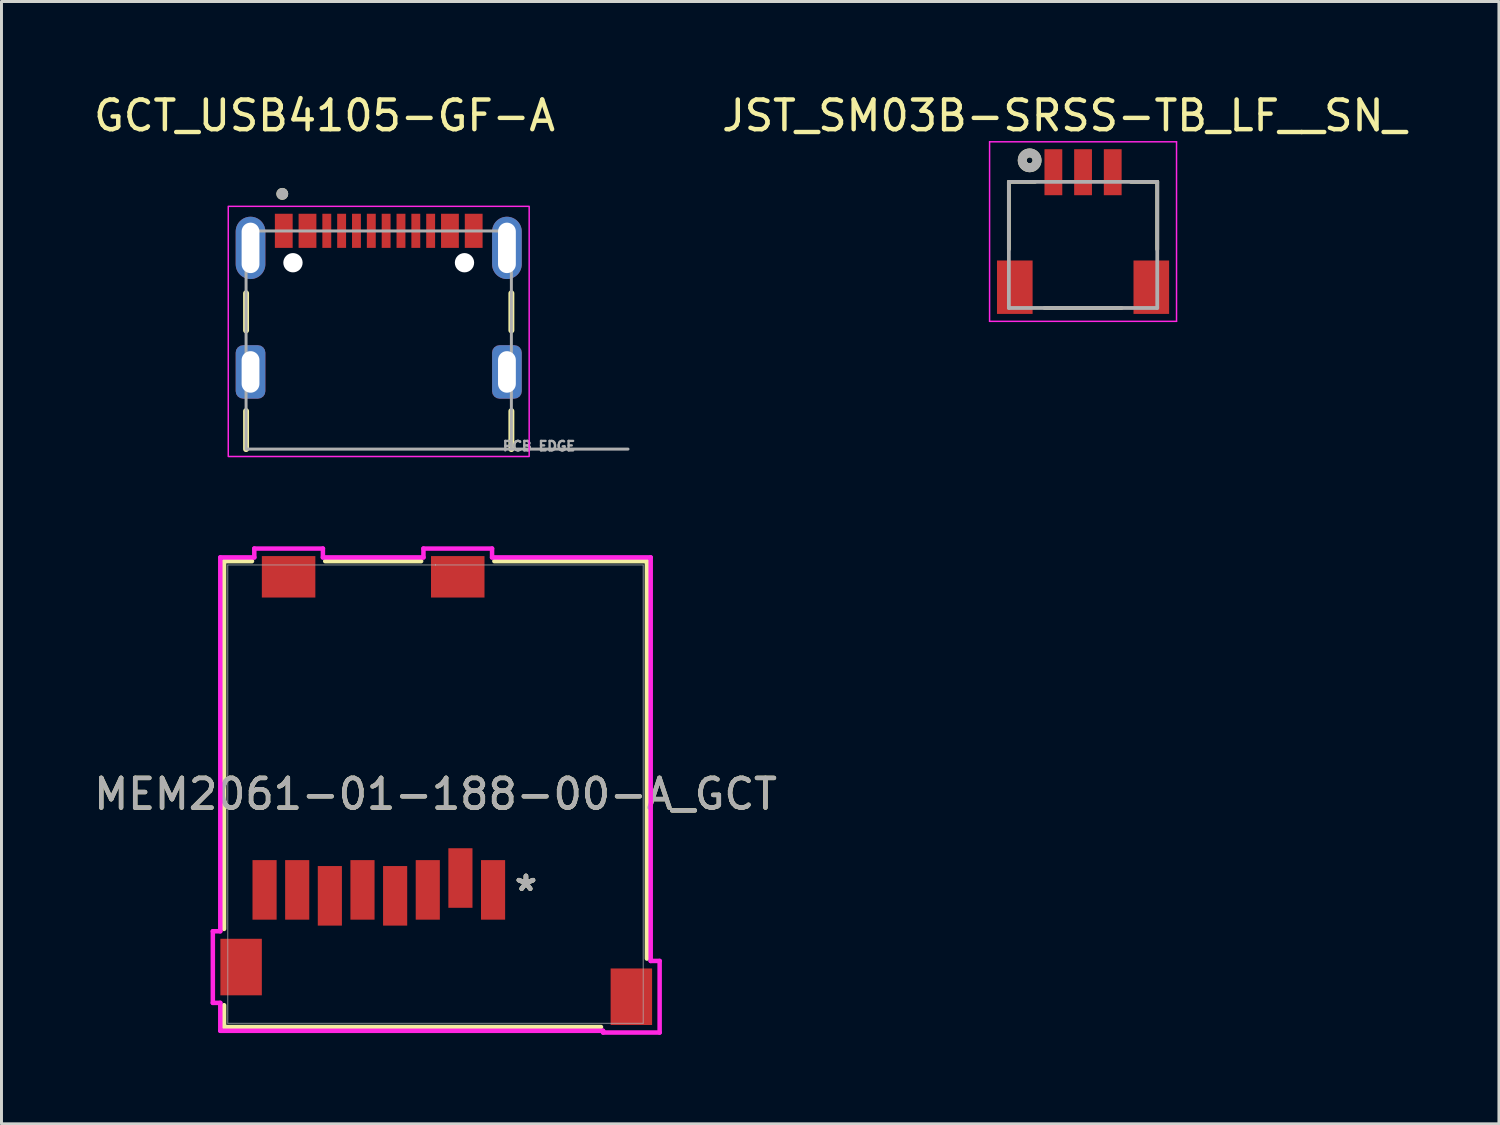
<source format=kicad_pcb>
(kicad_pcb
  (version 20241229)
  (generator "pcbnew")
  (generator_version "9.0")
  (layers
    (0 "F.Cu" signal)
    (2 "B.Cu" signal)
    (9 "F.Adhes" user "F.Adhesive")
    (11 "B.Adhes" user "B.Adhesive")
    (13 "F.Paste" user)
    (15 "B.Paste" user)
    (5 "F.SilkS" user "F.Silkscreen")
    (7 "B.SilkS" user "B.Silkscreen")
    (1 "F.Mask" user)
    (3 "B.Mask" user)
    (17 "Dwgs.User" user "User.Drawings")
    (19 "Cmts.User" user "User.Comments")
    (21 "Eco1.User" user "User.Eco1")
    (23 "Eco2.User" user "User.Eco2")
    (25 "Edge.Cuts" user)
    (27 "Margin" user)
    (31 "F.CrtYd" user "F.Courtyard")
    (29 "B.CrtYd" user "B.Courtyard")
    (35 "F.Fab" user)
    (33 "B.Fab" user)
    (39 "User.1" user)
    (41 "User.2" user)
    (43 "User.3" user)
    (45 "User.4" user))
  (footprint "MEM2061-01-188-00-A_GCT"
    (layer "F.Cu")
    (at 11.625 23.709)
    (property "Reference" "MEM2061-01-188-00-A_GCT" (at 0 0 0) (unlocked yes) (layer "F.SilkS") (effects (font (size 1 1) (thickness 0.15))))
    (attr smd)
    (fp_line (start -7.125 -7.849) (end -7.125 4.543) (stroke (width 0.152) (type solid)) (layer "F.SilkS"))
    (fp_line (start -7.125 7.114) (end -7.125 7.849) (stroke (width 0.152) (type solid)) (layer "F.SilkS"))
    (fp_line (start -7.125 7.849) (end 5.576 7.849) (stroke (width 0.152) (type solid)) (layer "F.SilkS"))
    (fp_line (start -6.184 -7.849) (end -7.125 -7.849) (stroke (width 0.152) (type solid)) (layer "F.SilkS"))
    (fp_line (start -0.484 -7.849) (end -3.716 -7.849) (stroke (width 0.152) (type solid)) (layer "F.SilkS"))
    (fp_line (start 7.125 -7.849) (end 1.984 -7.849) (stroke (width 0.152) (type solid)) (layer "F.SilkS"))
    (fp_line (start 7.125 5.543) (end 7.125 -7.849) (stroke (width 0.152) (type solid)) (layer "F.SilkS"))
    (fp_line (start -7.503 4.622) (end -7.503 7.035) (stroke (width 0.152) (type solid)) (layer "F.CrtYd"))
    (fp_line (start -7.503 7.035) (end -7.252 7.035) (stroke (width 0.152) (type solid)) (layer "F.CrtYd"))
    (fp_line (start -7.252 -7.976) (end -7.252 4.622) (stroke (width 0.152) (type solid)) (layer "F.CrtYd"))
    (fp_line (start -7.252 4.622) (end -7.503 4.622) (stroke (width 0.152) (type solid)) (layer "F.CrtYd"))
    (fp_line (start -7.252 7.035) (end -7.252 7.976) (stroke (width 0.152) (type solid)) (layer "F.CrtYd"))
    (fp_line (start -7.252 7.976) (end 5.648 7.976) (stroke (width 0.152) (type solid)) (layer "F.CrtYd"))
    (fp_line (start -6.106 -8.274) (end -6.106 -7.976) (stroke (width 0.152) (type solid)) (layer "F.CrtYd"))
    (fp_line (start -6.106 -7.976) (end -7.252 -7.976) (stroke (width 0.152) (type solid)) (layer "F.CrtYd"))
    (fp_line (start -3.794 -8.274) (end -6.106 -8.274) (stroke (width 0.152) (type solid)) (layer "F.CrtYd"))
    (fp_line (start -3.794 -7.976) (end -3.794 -8.274) (stroke (width 0.152) (type solid)) (layer "F.CrtYd"))
    (fp_line (start -0.406 -8.274) (end -0.406 -7.976) (stroke (width 0.152) (type solid)) (layer "F.CrtYd"))
    (fp_line (start -0.406 -7.976) (end -3.794 -7.976) (stroke (width 0.152) (type solid)) (layer "F.CrtYd"))
    (fp_line (start 1.906 -8.274) (end -0.406 -8.274) (stroke (width 0.152) (type solid)) (layer "F.CrtYd"))
    (fp_line (start 1.906 -7.976) (end 1.906 -8.274) (stroke (width 0.152) (type solid)) (layer "F.CrtYd"))
    (fp_line (start 5.648 7.976) (end 5.648 8.035) (stroke (width 0.152) (type solid)) (layer "F.CrtYd"))
    (fp_line (start 5.648 8.035) (end 7.553 8.035) (stroke (width 0.152) (type solid)) (layer "F.CrtYd"))
    (fp_line (start 7.252 -7.976) (end 1.906 -7.976) (stroke (width 0.152) (type solid)) (layer "F.CrtYd"))
    (fp_line (start 7.252 5.622) (end 7.252 -7.976) (stroke (width 0.152) (type solid)) (layer "F.CrtYd"))
    (fp_line (start 7.553 5.622) (end 7.252 5.622) (stroke (width 0.152) (type solid)) (layer "F.CrtYd"))
    (fp_line (start 7.553 8.035) (end 7.553 5.622) (stroke (width 0.152) (type solid)) (layer "F.CrtYd"))
    (fp_line (start -6.998 -7.722) (end -6.998 7.722) (stroke (width 0.025) (type solid)) (layer "F.Fab"))
    (fp_line (start -6.998 7.722) (end 6.998 7.722) (stroke (width 0.025) (type solid)) (layer "F.Fab"))
    (fp_line (start 0 -7.722) (end 0 -7.722) (stroke (width 0.025) (type solid)) (layer "F.Fab"))
    (fp_line (start 0 -7.722) (end 0 -7.722) (stroke (width 0.025) (type solid)) (layer "F.Fab"))
    (fp_line (start 0 -7.722) (end 0 -7.722) (stroke (width 0.025) (type solid)) (layer "F.Fab"))
    (fp_line (start 0 -7.722) (end 0 -7.722) (stroke (width 0.025) (type solid)) (layer "F.Fab"))
    (fp_line (start 6.998 -7.722) (end -6.998 -7.722) (stroke (width 0.025) (type solid)) (layer "F.Fab"))
    (fp_line (start 6.998 7.722) (end 6.998 -7.722) (stroke (width 0.025) (type solid)) (layer "F.Fab"))
    (fp_text user "*" (at 3.048 3.302 0) (unlocked yes) (layer "F.SilkS") (effects (font (size 1 1) (thickness 0.15))))
    (fp_text user "*" (at 3.048 3.302 0) (layer "F.SilkS") (effects (font (size 1 1) (thickness 0.15))))
    (fp_text user "*" (at 3.048 3.302 0) (unlocked yes) (layer "F.Fab") (effects (font (size 1 1) (thickness 0.15))))
    (fp_text user "${REFERENCE}" (at 0 0 0) (unlocked yes) (layer "F.Fab") (effects (font (size 1 1) (thickness 0.15))))
    (fp_text user "*" (at 3.048 3.302 0) (layer "F.Fab") (effects (font (size 1 1) (thickness 0.15))))
    (pad "9" smd rect (at -4.95 -7.322) (size 1.803 1.397) (layers "F.Cu" "F.Mask" "F.Paste"))
    (pad "10" smd rect (at 0.75 -7.322) (size 1.803 1.397) (layers "F.Cu" "F.Mask" "F.Paste"))
    (pad "11" smd rect (at -6.55 5.828) (size 1.397 1.905) (layers "F.Cu" "F.Mask" "F.Paste"))
    (pad "12" smd rect (at 6.6 6.828) (size 1.397 1.905) (layers "F.Cu" "F.Mask" "F.Paste"))
    (pad "P1" smd rect (at 1.94 3.228) (size 0.813 2.007) (layers "F.Cu" "F.Mask" "F.Paste"))
    (pad "P2" smd rect (at 0.84 2.828) (size 0.813 2.007) (layers "F.Cu" "F.Mask" "F.Paste"))
    (pad "P3" smd rect (at -0.26 3.228) (size 0.813 2.007) (layers "F.Cu" "F.Mask" "F.Paste"))
    (pad "P4" smd rect (at -1.36 3.428) (size 0.813 2.007) (layers "F.Cu" "F.Mask" "F.Paste"))
    (pad "P5" smd rect (at -2.46 3.228) (size 0.813 2.007) (layers "F.Cu" "F.Mask" "F.Paste"))
    (pad "P6" smd rect (at -3.56 3.428) (size 0.813 2.007) (layers "F.Cu" "F.Mask" "F.Paste"))
    (pad "P7" smd rect (at -4.66 3.228) (size 0.813 2.007) (layers "F.Cu" "F.Mask" "F.Paste"))
    (pad "P8" smd rect (at -5.76 3.228) (size 0.813 2.007) (layers "F.Cu" "F.Mask" "F.Paste")))
  (footprint "JST_SM03B-SRSS-TB_LF__SN_"
    (layer "F.Cu")
    (at 33.446 2.753)
    (property "Reference" "JST_SM03B-SRSS-TB_LF__SN_" (at -0.635 -1.905 0) (layer "F.SilkS") (effects (font (size 1 1) (thickness 0.15))))
    (attr smd)
    (fp_line (start -2.5 0.325) (end -2.5 2.6) (stroke (width 0.127) (type solid)) (layer "F.SilkS"))
    (fp_line (start -1.615 0.325) (end -2.5 0.325) (stroke (width 0.127) (type solid)) (layer "F.SilkS"))
    (fp_line (start -1.3 4.575) (end 1.3 4.575) (stroke (width 0.127) (type solid)) (layer "F.SilkS"))
    (fp_line (start 2.5 0.325) (end 1.615 0.325) (stroke (width 0.127) (type solid)) (layer "F.SilkS"))
    (fp_line (start 2.5 2.6) (end 2.5 0.325) (stroke (width 0.127) (type solid)) (layer "F.SilkS"))
    (fp_circle (center -1.8 -0.4) (end -1.7 -0.4) (stroke (width 0.3) (type solid)) (fill no) (layer "F.SilkS"))
    (fp_line (start -3.15 -1.025) (end 3.15 -1.025) (stroke (width 0.05) (type solid)) (layer "F.CrtYd"))
    (fp_line (start -3.15 5.025) (end -3.15 -1.025) (stroke (width 0.05) (type solid)) (layer "F.CrtYd"))
    (fp_line (start 3.15 -1.025) (end 3.15 5.025) (stroke (width 0.05) (type solid)) (layer "F.CrtYd"))
    (fp_line (start 3.15 5.025) (end -3.15 5.025) (stroke (width 0.05) (type solid)) (layer "F.CrtYd"))
    (fp_line (start -2.5 0.325) (end 2.5 0.325) (stroke (width 0.127) (type solid)) (layer "F.Fab"))
    (fp_line (start -2.5 4.575) (end -2.5 0.325) (stroke (width 0.127) (type solid)) (layer "F.Fab"))
    (fp_line (start 2.5 0.325) (end 2.5 4.575) (stroke (width 0.127) (type solid)) (layer "F.Fab"))
    (fp_line (start 2.5 4.575) (end -2.5 4.575) (stroke (width 0.127) (type solid)) (layer "F.Fab"))
    (fp_circle (center -1.8 -0.4) (end -1.7 -0.4) (stroke (width 0.3) (type solid)) (fill no) (layer "F.Fab"))
    (pad "1" smd rect (at -1 0 90) (size 1.55 0.6) (layers "F.Cu" "F.Mask" "F.Paste"))
    (pad "2" smd rect (at 0 0 90) (size 1.55 0.6) (layers "F.Cu" "F.Mask" "F.Paste"))
    (pad "3" smd rect (at 1 0 90) (size 1.55 0.6) (layers "F.Cu" "F.Mask" "F.Paste"))
    (pad "S1" smd rect (at -2.3 3.875 180) (size 1.2 1.8) (layers "F.Cu" "F.Mask" "F.Paste"))
    (pad "S2" smd rect (at 2.3 3.875 180) (size 1.2 1.8) (layers "F.Cu" "F.Mask" "F.Paste")))
  (footprint "GCT_USB4105-GF-A"
    (layer "F.Cu")
    (at 9.712 9.483)
    (property "Reference" "GCT_USB4105-GF-A" (at -1.825 -8.635 0) (layer "F.SilkS") (effects (font (size 1 1) (thickness 0.15))))
    (attr smd)
    (fp_line (start -4.47 -2.65) (end -4.47 -1.4) (stroke (width 0.2) (type solid)) (layer "F.SilkS"))
    (fp_line (start -4.47 1.32) (end -4.47 2.6) (stroke (width 0.2) (type solid)) (layer "F.SilkS"))
    (fp_line (start 4.47 -2.65) (end 4.47 -1.4) (stroke (width 0.2) (type solid)) (layer "F.SilkS"))
    (fp_line (start 4.47 2.6) (end 4.47 1.32) (stroke (width 0.2) (type solid)) (layer "F.SilkS"))
    (fp_circle (center -3.25 -6) (end -3.15 -6) (stroke (width 0.2) (type solid)) (fill no) (layer "F.SilkS"))
    (fp_rect (start -5.07 -5.58) (end 5.07 2.85) (stroke (width 0.05) (type solid)) (fill no) (layer "F.CrtYd"))
    (fp_line (start 4.47 2.6) (end 8.4 2.6) (stroke (width 0.1) (type solid)) (layer "F.Fab"))
    (fp_rect (start -4.47 -4.75) (end 4.47 2.6) (stroke (width 0.1) (type solid)) (fill no) (layer "F.Fab"))
    (fp_circle (center -3.25 -6) (end -3.15 -6) (stroke (width 0.2) (type solid)) (fill no) (layer "F.Fab"))
    (fp_text user "PCB EDGE" (at 5.4 2.5 0) (layer "F.Fab") (effects (font (size 0.32 0.32) (thickness 0.15))))
    (pad "" np_thru_hole circle (at -2.89 -3.68) (size 0.65 0.65) (drill 0.65) (layers "*.Cu" "*.Mask"))
    (pad "" np_thru_hole circle (at 2.89 -3.68) (size 0.65 0.65) (drill 0.65) (layers "*.Cu" "*.Mask"))
    (pad "A1_B12" smd rect (at -3.2 -4.755) (size 0.6 1.15) (layers "F.Cu" "F.Mask" "F.Paste"))
    (pad "A4_B9" smd rect (at -2.4 -4.755) (size 0.6 1.15) (layers "F.Cu" "F.Mask" "F.Paste"))
    (pad "A5" smd rect (at -1.25 -4.755) (size 0.3 1.15) (layers "F.Cu" "F.Mask" "F.Paste"))
    (pad "A6" smd rect (at -0.25 -4.755) (size 0.3 1.15) (layers "F.Cu" "F.Mask" "F.Paste"))
    (pad "A7" smd rect (at 0.25 -4.755) (size 0.3 1.15) (layers "F.Cu" "F.Mask" "F.Paste"))
    (pad "A8" smd rect (at 1.25 -4.755) (size 0.3 1.15) (layers "F.Cu" "F.Mask" "F.Paste"))
    (pad "B1_A12" smd rect (at 3.2 -4.755) (size 0.6 1.15) (layers "F.Cu" "F.Mask" "F.Paste"))
    (pad "B4_A9" smd rect (at 2.4 -4.755) (size 0.6 1.15) (layers "F.Cu" "F.Mask" "F.Paste"))
    (pad "B5" smd rect (at 1.75 -4.755) (size 0.3 1.15) (layers "F.Cu" "F.Mask" "F.Paste"))
    (pad "B6" smd rect (at 0.75 -4.755) (size 0.3 1.15) (layers "F.Cu" "F.Mask" "F.Paste"))
    (pad "B7" smd rect (at -0.75 -4.755) (size 0.3 1.15) (layers "F.Cu" "F.Mask" "F.Paste"))
    (pad "B8" smd rect (at -1.75 -4.755) (size 0.3 1.15) (layers "F.Cu" "F.Mask" "F.Paste"))
    (pad "SH1" thru_hole oval (at -4.32 -4.18) (size 1 2.1) (drill oval 0.6 1.7) (layers "*.Cu" "*.Mask"))
    (pad "SH2" thru_hole oval (at 4.32 -4.18) (size 1 2.1) (drill oval 0.6 1.7) (layers "*.Cu" "*.Mask"))
    (pad "SH3" thru_hole roundrect (at -4.32 0) (size 1 1.8) (drill oval 0.6 1.4) (layers "*.Cu" "*.Mask") (roundrect_rratio 0.25))
    (pad "SH4" thru_hole roundrect (at 4.32 0) (size 1 1.8) (drill oval 0.6 1.4) (layers "*.Cu" "*.Mask") (roundrect_rratio 0.25)))
  (gr_rect
    (start -3 -3)
    (end 47.46 34.82)
    (stroke (width 0.1) (type default))
    (fill no)
    (layer "Edge.Cuts")))
</source>
